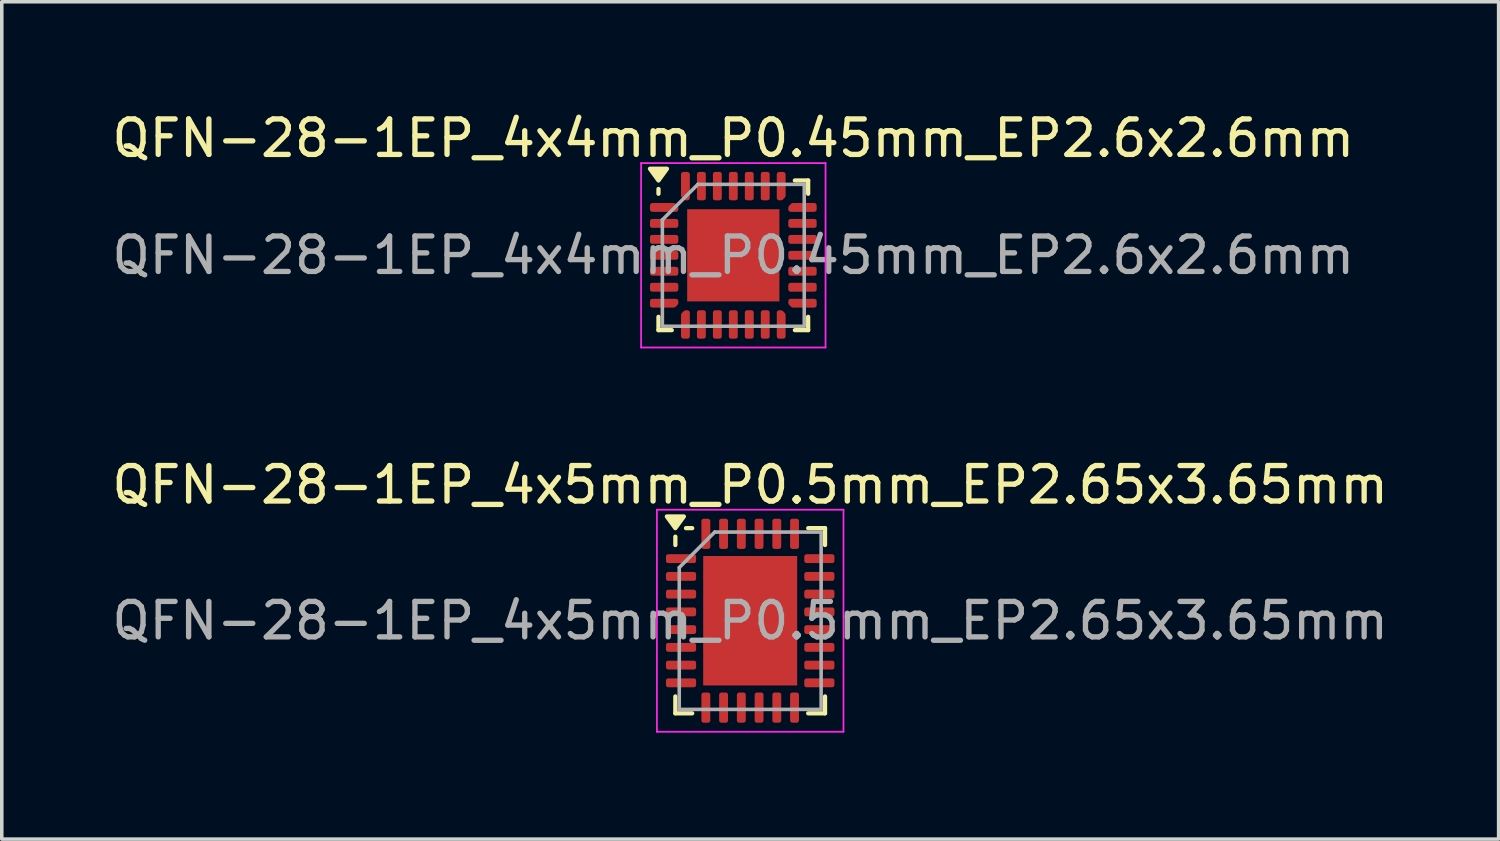
<source format=kicad_pcb>
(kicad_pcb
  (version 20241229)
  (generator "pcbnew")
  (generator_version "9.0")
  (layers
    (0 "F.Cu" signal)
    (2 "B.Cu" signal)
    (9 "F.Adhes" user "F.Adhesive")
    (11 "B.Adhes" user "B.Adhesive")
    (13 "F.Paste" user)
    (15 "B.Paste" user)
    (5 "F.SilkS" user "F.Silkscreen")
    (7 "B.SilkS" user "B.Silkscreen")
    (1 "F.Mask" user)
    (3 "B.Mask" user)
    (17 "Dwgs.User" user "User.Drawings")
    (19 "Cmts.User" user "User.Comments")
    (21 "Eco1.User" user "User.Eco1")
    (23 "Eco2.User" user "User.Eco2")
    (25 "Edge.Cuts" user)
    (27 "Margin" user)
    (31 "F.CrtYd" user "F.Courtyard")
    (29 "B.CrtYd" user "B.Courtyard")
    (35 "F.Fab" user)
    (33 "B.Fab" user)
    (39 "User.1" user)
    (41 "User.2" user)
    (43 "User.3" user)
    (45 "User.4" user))
  (footprint "QFN-28-1EP_4x4mm_P0.45mm_EP2.6x2.6mm"
    (layer "F.Cu")
    (at 17.625 4.148)
    (property "Reference" "QFN-28-1EP_4x4mm_P0.45mm_EP2.6x2.6mm" (at 0 -3.3 0) (layer "F.SilkS") (effects (font (size 1 1) (thickness 0.15))))
    (attr smd)
    (fp_line (start -2.11 -1.735) (end -2.11 -1.87) (stroke (width 0.12) (type solid)) (layer "F.SilkS"))
    (fp_line (start -2.11 2.11) (end -2.11 1.735) (stroke (width 0.12) (type solid)) (layer "F.SilkS"))
    (fp_line (start -1.735 2.11) (end -2.11 2.11) (stroke (width 0.12) (type solid)) (layer "F.SilkS"))
    (fp_line (start 1.735 -2.11) (end 2.11 -2.11) (stroke (width 0.12) (type solid)) (layer "F.SilkS"))
    (fp_line (start 1.735 2.11) (end 2.11 2.11) (stroke (width 0.12) (type solid)) (layer "F.SilkS"))
    (fp_line (start 2.11 -2.11) (end 2.11 -1.735) (stroke (width 0.12) (type solid)) (layer "F.SilkS"))
    (fp_line (start 2.11 2.11) (end 2.11 1.735) (stroke (width 0.12) (type solid)) (layer "F.SilkS"))
    (fp_poly (pts (xy -2.11 -2.11) (xy -2.35 -2.44) (xy -1.87 -2.44) (xy -2.11 -2.11)) (stroke (width 0.12) (type solid)) (fill yes) (layer "F.SilkS"))
    (fp_line (start -2.6 -2.6) (end -2.6 2.6) (stroke (width 0.05) (type solid)) (layer "F.CrtYd"))
    (fp_line (start -2.6 2.6) (end 2.6 2.6) (stroke (width 0.05) (type solid)) (layer "F.CrtYd"))
    (fp_line (start 2.6 -2.6) (end -2.6 -2.6) (stroke (width 0.05) (type solid)) (layer "F.CrtYd"))
    (fp_line (start 2.6 2.6) (end 2.6 -2.6) (stroke (width 0.05) (type solid)) (layer "F.CrtYd"))
    (fp_line (start -2 -1) (end -1 -2) (stroke (width 0.1) (type solid)) (layer "F.Fab"))
    (fp_line (start -2 2) (end -2 -1) (stroke (width 0.1) (type solid)) (layer "F.Fab"))
    (fp_line (start -1 -2) (end 2 -2) (stroke (width 0.1) (type solid)) (layer "F.Fab"))
    (fp_line (start 2 -2) (end 2 2) (stroke (width 0.1) (type solid)) (layer "F.Fab"))
    (fp_line (start 2 2) (end -2 2) (stroke (width 0.1) (type solid)) (layer "F.Fab"))
    (fp_text user "${REFERENCE}" (at 0 0 0) (layer "F.Fab") (effects (font (size 1 1) (thickness 0.15))))
    (pad "" smd roundrect (at -0.65 -0.65) (size 1.05 1.05) (layers "F.Paste") (roundrect_rratio 0.238))
    (pad "" smd roundrect (at -0.65 0.65) (size 1.05 1.05) (layers "F.Paste") (roundrect_rratio 0.238))
    (pad "" smd roundrect (at 0.65 -0.65) (size 1.05 1.05) (layers "F.Paste") (roundrect_rratio 0.238))
    (pad "" smd roundrect (at 0.65 0.65) (size 1.05 1.05) (layers "F.Paste") (roundrect_rratio 0.238))
    (pad "1" smd custom (at -1.95 -1.35) (size 0.179 0.179) (layers "F.Cu" "F.Mask" "F.Paste") (options (anchor circle)) (primitives (gr_poly (pts (xy -0.338 -0.062) (xy 0.274 -0.062) (xy 0.338 0.001) (xy 0.338 0.062) (xy -0.338 0.062)) (width 0.125) (fill yes))))
    (pad "2" smd roundrect (at -1.95 -0.9) (size 0.8 0.25) (layers "F.Cu" "F.Mask" "F.Paste") (roundrect_rratio 0.25))
    (pad "3" smd roundrect (at -1.95 -0.45) (size 0.8 0.25) (layers "F.Cu" "F.Mask" "F.Paste") (roundrect_rratio 0.25))
    (pad "4" smd roundrect (at -1.95 0) (size 0.8 0.25) (layers "F.Cu" "F.Mask" "F.Paste") (roundrect_rratio 0.25))
    (pad "5" smd roundrect (at -1.95 0.45) (size 0.8 0.25) (layers "F.Cu" "F.Mask" "F.Paste") (roundrect_rratio 0.25))
    (pad "6" smd roundrect (at -1.95 0.9) (size 0.8 0.25) (layers "F.Cu" "F.Mask" "F.Paste") (roundrect_rratio 0.25))
    (pad "7" smd custom (at -1.95 1.35) (size 0.179 0.179) (layers "F.Cu" "F.Mask" "F.Paste") (options (anchor circle)) (primitives (gr_poly (pts (xy -0.338 -0.062) (xy 0.338 -0.062) (xy 0.338 -0.001) (xy 0.274 0.062) (xy -0.338 0.062)) (width 0.125) (fill yes))))
    (pad "8" smd custom (at -1.35 1.95) (size 0.179 0.179) (layers "F.Cu" "F.Mask" "F.Paste") (options (anchor circle)) (primitives (gr_poly (pts (xy -0.062 -0.274) (xy 0.001 -0.338) (xy 0.062 -0.338) (xy 0.062 0.338) (xy -0.062 0.338)) (width 0.125) (fill yes))))
    (pad "9" smd roundrect (at -0.9 1.95) (size 0.25 0.8) (layers "F.Cu" "F.Mask" "F.Paste") (roundrect_rratio 0.25))
    (pad "10" smd roundrect (at -0.45 1.95) (size 0.25 0.8) (layers "F.Cu" "F.Mask" "F.Paste") (roundrect_rratio 0.25))
    (pad "11" smd roundrect (at 0 1.95) (size 0.25 0.8) (layers "F.Cu" "F.Mask" "F.Paste") (roundrect_rratio 0.25))
    (pad "12" smd roundrect (at 0.45 1.95) (size 0.25 0.8) (layers "F.Cu" "F.Mask" "F.Paste") (roundrect_rratio 0.25))
    (pad "13" smd roundrect (at 0.9 1.95) (size 0.25 0.8) (layers "F.Cu" "F.Mask" "F.Paste") (roundrect_rratio 0.25))
    (pad "14" smd custom (at 1.35 1.95) (size 0.179 0.179) (layers "F.Cu" "F.Mask" "F.Paste") (options (anchor circle)) (primitives (gr_poly (pts (xy -0.062 -0.338) (xy -0.001 -0.338) (xy 0.062 -0.274) (xy 0.062 0.338) (xy -0.062 0.338)) (width 0.125) (fill yes))))
    (pad "15" smd custom (at 1.95 1.35) (size 0.179 0.179) (layers "F.Cu" "F.Mask" "F.Paste") (options (anchor circle)) (primitives (gr_poly (pts (xy -0.338 -0.062) (xy 0.338 -0.062) (xy 0.338 0.062) (xy -0.274 0.062) (xy -0.338 -0.001)) (width 0.125) (fill yes))))
    (pad "16" smd roundrect (at 1.95 0.9) (size 0.8 0.25) (layers "F.Cu" "F.Mask" "F.Paste") (roundrect_rratio 0.25))
    (pad "17" smd roundrect (at 1.95 0.45) (size 0.8 0.25) (layers "F.Cu" "F.Mask" "F.Paste") (roundrect_rratio 0.25))
    (pad "18" smd roundrect (at 1.95 0) (size 0.8 0.25) (layers "F.Cu" "F.Mask" "F.Paste") (roundrect_rratio 0.25))
    (pad "19" smd roundrect (at 1.95 -0.45) (size 0.8 0.25) (layers "F.Cu" "F.Mask" "F.Paste") (roundrect_rratio 0.25))
    (pad "20" smd roundrect (at 1.95 -0.9) (size 0.8 0.25) (layers "F.Cu" "F.Mask" "F.Paste") (roundrect_rratio 0.25))
    (pad "21" smd custom (at 1.95 -1.35) (size 0.179 0.179) (layers "F.Cu" "F.Mask" "F.Paste") (options (anchor circle)) (primitives (gr_poly (pts (xy -0.338 0.001) (xy -0.274 -0.062) (xy 0.338 -0.062) (xy 0.338 0.062) (xy -0.338 0.062)) (width 0.125) (fill yes))))
    (pad "22" smd custom (at 1.35 -1.95) (size 0.179 0.179) (layers "F.Cu" "F.Mask" "F.Paste") (options (anchor circle)) (primitives (gr_poly (pts (xy -0.062 -0.338) (xy 0.062 -0.338) (xy 0.062 0.274) (xy -0.001 0.338) (xy -0.062 0.338)) (width 0.125) (fill yes))))
    (pad "23" smd roundrect (at 0.9 -1.95) (size 0.25 0.8) (layers "F.Cu" "F.Mask" "F.Paste") (roundrect_rratio 0.25))
    (pad "24" smd roundrect (at 0.45 -1.95) (size 0.25 0.8) (layers "F.Cu" "F.Mask" "F.Paste") (roundrect_rratio 0.25))
    (pad "25" smd roundrect (at 0 -1.95) (size 0.25 0.8) (layers "F.Cu" "F.Mask" "F.Paste") (roundrect_rratio 0.25))
    (pad "26" smd roundrect (at -0.45 -1.95) (size 0.25 0.8) (layers "F.Cu" "F.Mask" "F.Paste") (roundrect_rratio 0.25))
    (pad "27" smd roundrect (at -0.9 -1.95) (size 0.25 0.8) (layers "F.Cu" "F.Mask" "F.Paste") (roundrect_rratio 0.25))
    (pad "28" smd custom (at -1.35 -1.95) (size 0.179 0.179) (layers "F.Cu" "F.Mask" "F.Paste") (options (anchor circle)) (primitives (gr_poly (pts (xy -0.062 -0.338) (xy 0.062 -0.338) (xy 0.062 0.338) (xy 0.001 0.338) (xy -0.062 0.274)) (width 0.125) (fill yes))))
    (pad "29" smd rect (at 0 0) (size 2.6 2.6) (property pad_prop_heatsink) (layers "F.Cu" "F.Mask")))
  (footprint "QFN-28-1EP_4x5mm_P0.5mm_EP2.65x3.65mm"
    (layer "F.Cu")
    (at 18.101 14.451)
    (property "Reference" "QFN-28-1EP_4x5mm_P0.5mm_EP2.65x3.65mm" (at 0 -3.83 0) (layer "F.SilkS") (effects (font (size 1 1) (thickness 0.15))))
    (attr smd)
    (fp_line (start -2.11 -2.135) (end -2.11 -2.37) (stroke (width 0.12) (type solid)) (layer "F.SilkS"))
    (fp_line (start -2.11 2.61) (end -2.11 2.135) (stroke (width 0.12) (type solid)) (layer "F.SilkS"))
    (fp_line (start -1.635 -2.61) (end -1.81 -2.61) (stroke (width 0.12) (type solid)) (layer "F.SilkS"))
    (fp_line (start -1.635 2.61) (end -2.11 2.61) (stroke (width 0.12) (type solid)) (layer "F.SilkS"))
    (fp_line (start 1.635 -2.61) (end 2.11 -2.61) (stroke (width 0.12) (type solid)) (layer "F.SilkS"))
    (fp_line (start 1.635 2.61) (end 2.11 2.61) (stroke (width 0.12) (type solid)) (layer "F.SilkS"))
    (fp_line (start 2.11 -2.61) (end 2.11 -2.135) (stroke (width 0.12) (type solid)) (layer "F.SilkS"))
    (fp_line (start 2.11 2.61) (end 2.11 2.135) (stroke (width 0.12) (type solid)) (layer "F.SilkS"))
    (fp_poly (pts (xy -2.11 -2.61) (xy -2.35 -2.94) (xy -1.87 -2.94) (xy -2.11 -2.61)) (stroke (width 0.12) (type solid)) (fill yes) (layer "F.SilkS"))
    (fp_line (start -2.63 -3.13) (end -2.63 3.13) (stroke (width 0.05) (type solid)) (layer "F.CrtYd"))
    (fp_line (start -2.63 3.13) (end 2.63 3.13) (stroke (width 0.05) (type solid)) (layer "F.CrtYd"))
    (fp_line (start 2.63 -3.13) (end -2.63 -3.13) (stroke (width 0.05) (type solid)) (layer "F.CrtYd"))
    (fp_line (start 2.63 3.13) (end 2.63 -3.13) (stroke (width 0.05) (type solid)) (layer "F.CrtYd"))
    (fp_line (start -2 -1.5) (end -1 -2.5) (stroke (width 0.1) (type solid)) (layer "F.Fab"))
    (fp_line (start -2 2.5) (end -2 -1.5) (stroke (width 0.1) (type solid)) (layer "F.Fab"))
    (fp_line (start -1 -2.5) (end 2 -2.5) (stroke (width 0.1) (type solid)) (layer "F.Fab"))
    (fp_line (start 2 -2.5) (end 2 2.5) (stroke (width 0.1) (type solid)) (layer "F.Fab"))
    (fp_line (start 2 2.5) (end -2 2.5) (stroke (width 0.1) (type solid)) (layer "F.Fab"))
    (fp_text user "${REFERENCE}" (at 0 0 0) (layer "F.Fab") (effects (font (size 1 1) (thickness 0.15))))
    (pad "" smd roundrect (at -0.66 -1.22) (size 1.07 0.98) (layers "F.Paste") (roundrect_rratio 0.25))
    (pad "" smd roundrect (at -0.66 0) (size 1.07 0.98) (layers "F.Paste") (roundrect_rratio 0.25))
    (pad "" smd roundrect (at -0.66 1.22) (size 1.07 0.98) (layers "F.Paste") (roundrect_rratio 0.25))
    (pad "" smd roundrect (at 0.66 -1.22) (size 1.07 0.98) (layers "F.Paste") (roundrect_rratio 0.25))
    (pad "" smd roundrect (at 0.66 0) (size 1.07 0.98) (layers "F.Paste") (roundrect_rratio 0.25))
    (pad "" smd roundrect (at 0.66 1.22) (size 1.07 0.98) (layers "F.Paste") (roundrect_rratio 0.25))
    (pad "1" smd roundrect (at -1.95 -1.75) (size 0.85 0.25) (layers "F.Cu" "F.Mask" "F.Paste") (roundrect_rratio 0.25))
    (pad "2" smd roundrect (at -1.95 -1.25) (size 0.85 0.25) (layers "F.Cu" "F.Mask" "F.Paste") (roundrect_rratio 0.25))
    (pad "3" smd roundrect (at -1.95 -0.75) (size 0.85 0.25) (layers "F.Cu" "F.Mask" "F.Paste") (roundrect_rratio 0.25))
    (pad "4" smd roundrect (at -1.95 -0.25) (size 0.85 0.25) (layers "F.Cu" "F.Mask" "F.Paste") (roundrect_rratio 0.25))
    (pad "5" smd roundrect (at -1.95 0.25) (size 0.85 0.25) (layers "F.Cu" "F.Mask" "F.Paste") (roundrect_rratio 0.25))
    (pad "6" smd roundrect (at -1.95 0.75) (size 0.85 0.25) (layers "F.Cu" "F.Mask" "F.Paste") (roundrect_rratio 0.25))
    (pad "7" smd roundrect (at -1.95 1.25) (size 0.85 0.25) (layers "F.Cu" "F.Mask" "F.Paste") (roundrect_rratio 0.25))
    (pad "8" smd roundrect (at -1.95 1.75) (size 0.85 0.25) (layers "F.Cu" "F.Mask" "F.Paste") (roundrect_rratio 0.25))
    (pad "9" smd roundrect (at -1.25 2.45) (size 0.25 0.85) (layers "F.Cu" "F.Mask" "F.Paste") (roundrect_rratio 0.25))
    (pad "10" smd roundrect (at -0.75 2.45) (size 0.25 0.85) (layers "F.Cu" "F.Mask" "F.Paste") (roundrect_rratio 0.25))
    (pad "11" smd roundrect (at -0.25 2.45) (size 0.25 0.85) (layers "F.Cu" "F.Mask" "F.Paste") (roundrect_rratio 0.25))
    (pad "12" smd roundrect (at 0.25 2.45) (size 0.25 0.85) (layers "F.Cu" "F.Mask" "F.Paste") (roundrect_rratio 0.25))
    (pad "13" smd roundrect (at 0.75 2.45) (size 0.25 0.85) (layers "F.Cu" "F.Mask" "F.Paste") (roundrect_rratio 0.25))
    (pad "14" smd roundrect (at 1.25 2.45) (size 0.25 0.85) (layers "F.Cu" "F.Mask" "F.Paste") (roundrect_rratio 0.25))
    (pad "15" smd roundrect (at 1.95 1.75) (size 0.85 0.25) (layers "F.Cu" "F.Mask" "F.Paste") (roundrect_rratio 0.25))
    (pad "16" smd roundrect (at 1.95 1.25) (size 0.85 0.25) (layers "F.Cu" "F.Mask" "F.Paste") (roundrect_rratio 0.25))
    (pad "17" smd roundrect (at 1.95 0.75) (size 0.85 0.25) (layers "F.Cu" "F.Mask" "F.Paste") (roundrect_rratio 0.25))
    (pad "18" smd roundrect (at 1.95 0.25) (size 0.85 0.25) (layers "F.Cu" "F.Mask" "F.Paste") (roundrect_rratio 0.25))
    (pad "19" smd roundrect (at 1.95 -0.25) (size 0.85 0.25) (layers "F.Cu" "F.Mask" "F.Paste") (roundrect_rratio 0.25))
    (pad "20" smd roundrect (at 1.95 -0.75) (size 0.85 0.25) (layers "F.Cu" "F.Mask" "F.Paste") (roundrect_rratio 0.25))
    (pad "21" smd roundrect (at 1.95 -1.25) (size 0.85 0.25) (layers "F.Cu" "F.Mask" "F.Paste") (roundrect_rratio 0.25))
    (pad "22" smd roundrect (at 1.95 -1.75) (size 0.85 0.25) (layers "F.Cu" "F.Mask" "F.Paste") (roundrect_rratio 0.25))
    (pad "23" smd roundrect (at 1.25 -2.45) (size 0.25 0.85) (layers "F.Cu" "F.Mask" "F.Paste") (roundrect_rratio 0.25))
    (pad "24" smd roundrect (at 0.75 -2.45) (size 0.25 0.85) (layers "F.Cu" "F.Mask" "F.Paste") (roundrect_rratio 0.25))
    (pad "25" smd roundrect (at 0.25 -2.45) (size 0.25 0.85) (layers "F.Cu" "F.Mask" "F.Paste") (roundrect_rratio 0.25))
    (pad "26" smd roundrect (at -0.25 -2.45) (size 0.25 0.85) (layers "F.Cu" "F.Mask" "F.Paste") (roundrect_rratio 0.25))
    (pad "27" smd roundrect (at -0.75 -2.45) (size 0.25 0.85) (layers "F.Cu" "F.Mask" "F.Paste") (roundrect_rratio 0.25))
    (pad "28" smd roundrect (at -1.25 -2.45) (size 0.25 0.85) (layers "F.Cu" "F.Mask" "F.Paste") (roundrect_rratio 0.25))
    (pad "29" smd rect (at 0 0) (size 2.65 3.65) (property pad_prop_heatsink) (layers "F.Cu" "F.Mask")))
  (gr_rect
    (start -3 -3)
    (end 39.202 20.607)
    (stroke (width 0.1) (type default))
    (fill no)
    (layer "Edge.Cuts")))
</source>
